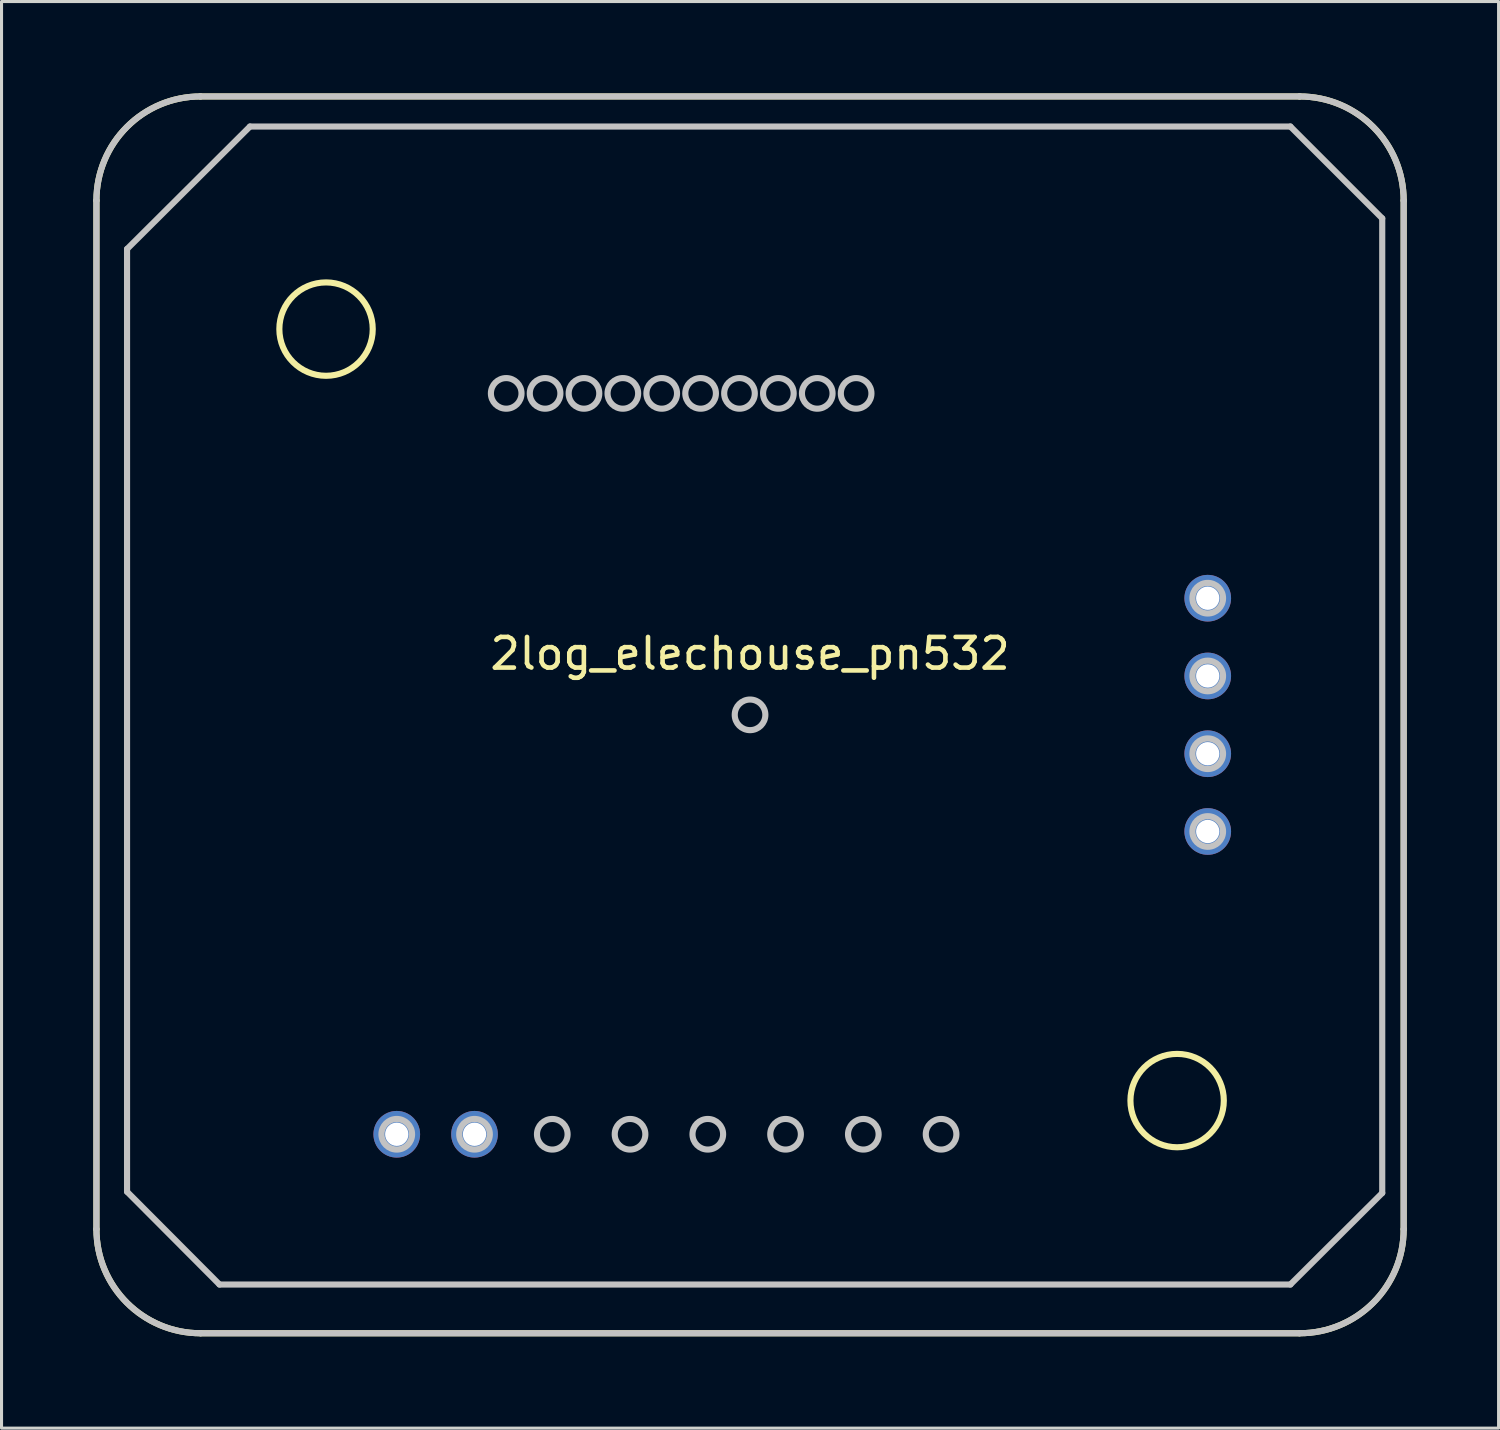
<source format=kicad_pcb>
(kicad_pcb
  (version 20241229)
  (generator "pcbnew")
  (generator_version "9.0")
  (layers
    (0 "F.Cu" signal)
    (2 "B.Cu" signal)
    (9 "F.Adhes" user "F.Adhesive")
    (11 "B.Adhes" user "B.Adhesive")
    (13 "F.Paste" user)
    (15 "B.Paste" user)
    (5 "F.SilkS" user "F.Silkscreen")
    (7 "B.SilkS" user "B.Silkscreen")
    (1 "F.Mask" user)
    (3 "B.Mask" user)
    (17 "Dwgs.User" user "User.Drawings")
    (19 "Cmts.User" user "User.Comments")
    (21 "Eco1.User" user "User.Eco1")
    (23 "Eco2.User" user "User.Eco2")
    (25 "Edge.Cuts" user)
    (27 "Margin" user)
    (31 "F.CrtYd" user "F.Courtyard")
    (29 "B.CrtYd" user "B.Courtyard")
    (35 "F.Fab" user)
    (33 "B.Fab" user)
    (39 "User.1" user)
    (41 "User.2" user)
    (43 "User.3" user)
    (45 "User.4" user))
  (footprint "2log_elechouse_pn532"
    (layer "F.Cu")
    (at 21.45 20.3)
    (property "Reference" "2log_elechouse_pn532" (at 0 -2 0) (unlocked yes) (layer "F.SilkS") (effects (font (size 1 1) (thickness 0.15))))
    (attr through_hole)
    (fp_line (start -21.35 16.8) (end -21.35 -16.8) (stroke (width 0.2) (type solid)) (layer "F.SilkS"))
    (fp_line (start -17.95 -20.2) (end 17.95 -20.2) (stroke (width 0.2) (type solid)) (layer "F.SilkS"))
    (fp_line (start 17.95 20.2) (end -17.95 20.2) (stroke (width 0.2) (type solid)) (layer "F.SilkS"))
    (fp_line (start 21.35 -16.8) (end 21.35 16.8) (stroke (width 0.2) (type solid)) (layer "F.SilkS"))
    (fp_arc (start -21.35 -16.8) (mid -20.354163 -19.204163) (end -17.95 -20.2) (stroke (width 0.2) (type solid)) (layer "F.SilkS"))
    (fp_arc (start -17.95 20.2) (mid -20.354163 19.204163) (end -21.35 16.8) (stroke (width 0.2) (type solid)) (layer "F.SilkS"))
    (fp_arc (start 17.95 -20.2) (mid 20.354163 -19.204163) (end 21.35 -16.8) (stroke (width 0.2) (type solid)) (layer "F.SilkS"))
    (fp_arc (start 21.35 16.8) (mid 20.354163 19.204163) (end 17.95 20.2) (stroke (width 0.2) (type solid)) (layer "F.SilkS"))
    (fp_circle (center -13.85 -12.6) (end -12.325 -12.6) (stroke (width 0.2) (type solid)) (fill no) (layer "F.SilkS"))
    (fp_circle (center 13.95 12.6) (end 15.475 12.6) (stroke (width 0.2) (type solid)) (fill no) (layer "F.SilkS"))
    (fp_line (start -21.35 16.8) (end -21.35 -16.8) (stroke (width 0.2) (type solid)) (layer "Dwgs.User"))
    (fp_line (start -20.35 -15.217) (end -20.35 15.577) (stroke (width 0.2) (type solid)) (layer "Dwgs.User"))
    (fp_line (start -20.35 15.577) (end -17.33 18.608) (stroke (width 0.2) (type solid)) (layer "Dwgs.User"))
    (fp_line (start -17.95 -20.2) (end 17.95 -20.2) (stroke (width 0.2) (type solid)) (layer "Dwgs.User"))
    (fp_line (start -17.33 18.608) (end 17.65 18.608) (stroke (width 0.2) (type solid)) (layer "Dwgs.User"))
    (fp_line (start -16.335 -19.217) (end -20.35 -15.217) (stroke (width 0.2) (type solid)) (layer "Dwgs.User"))
    (fp_line (start 17.65 -19.217) (end -16.335 -19.217) (stroke (width 0.2) (type solid)) (layer "Dwgs.User"))
    (fp_line (start 17.65 18.608) (end 20.65 15.619) (stroke (width 0.2) (type solid)) (layer "Dwgs.User"))
    (fp_line (start 17.95 20.2) (end -17.95 20.2) (stroke (width 0.2) (type solid)) (layer "Dwgs.User"))
    (fp_line (start 20.65 -16.217) (end 17.65 -19.217) (stroke (width 0.2) (type solid)) (layer "Dwgs.User"))
    (fp_line (start 20.65 15.619) (end 20.65 -16.217) (stroke (width 0.2) (type solid)) (layer "Dwgs.User"))
    (fp_line (start 21.35 -16.8) (end 21.35 16.8) (stroke (width 0.2) (type solid)) (layer "Dwgs.User"))
    (fp_arc (start -21.35 -16.8) (mid -20.354163 -19.204163) (end -17.95 -20.2) (stroke (width 0.2) (type solid)) (layer "Dwgs.User"))
    (fp_arc (start -17.95 20.2) (mid -20.354163 19.204163) (end -21.35 16.8) (stroke (width 0.2) (type solid)) (layer "Dwgs.User"))
    (fp_arc (start 17.95 -20.2) (mid 20.354163 -19.204163) (end 21.35 -16.8) (stroke (width 0.2) (type solid)) (layer "Dwgs.User"))
    (fp_arc (start 21.35 16.8) (mid 20.354163 19.204163) (end 17.95 20.2) (stroke (width 0.2) (type solid)) (layer "Dwgs.User"))
    (fp_circle (center -11.54 13.7) (end -11.04 13.7) (stroke (width 0.2) (type solid)) (fill no) (layer "Dwgs.User"))
    (fp_circle (center -9 13.7) (end -8.5 13.7) (stroke (width 0.2) (type solid)) (fill no) (layer "Dwgs.User"))
    (fp_circle (center -7.965 -10.5) (end -7.465 -10.5) (stroke (width 0.2) (type solid)) (fill no) (layer "Dwgs.User"))
    (fp_circle (center -6.695 -10.5) (end -6.195 -10.5) (stroke (width 0.2) (type solid)) (fill no) (layer "Dwgs.User"))
    (fp_circle (center -6.46 13.7) (end -5.96 13.7) (stroke (width 0.2) (type solid)) (fill no) (layer "Dwgs.User"))
    (fp_circle (center -5.425 -10.5) (end -4.925 -10.5) (stroke (width 0.2) (type solid)) (fill no) (layer "Dwgs.User"))
    (fp_circle (center -4.155 -10.5) (end -3.655 -10.5) (stroke (width 0.2) (type solid)) (fill no) (layer "Dwgs.User"))
    (fp_circle (center -3.92 13.7) (end -3.42 13.7) (stroke (width 0.2) (type solid)) (fill no) (layer "Dwgs.User"))
    (fp_circle (center -2.885 -10.5) (end -2.385 -10.5) (stroke (width 0.2) (type solid)) (fill no) (layer "Dwgs.User"))
    (fp_circle (center -1.615 -10.5) (end -1.115 -10.5) (stroke (width 0.2) (type solid)) (fill no) (layer "Dwgs.User"))
    (fp_circle (center -1.38 13.7) (end -0.88 13.7) (stroke (width 0.2) (type solid)) (fill no) (layer "Dwgs.User"))
    (fp_circle (center -0.345 -10.5) (end 0.155 -10.5) (stroke (width 0.2) (type solid)) (fill no) (layer "Dwgs.User"))
    (fp_circle (center 0 0) (end 0.5 0) (stroke (width 0.2) (type solid)) (fill no) (layer "Dwgs.User"))
    (fp_circle (center 0.925 -10.5) (end 1.425 -10.5) (stroke (width 0.2) (type solid)) (fill no) (layer "Dwgs.User"))
    (fp_circle (center 1.16 13.7) (end 1.66 13.7) (stroke (width 0.2) (type solid)) (fill no) (layer "Dwgs.User"))
    (fp_circle (center 2.195 -10.5) (end 2.695 -10.5) (stroke (width 0.2) (type solid)) (fill no) (layer "Dwgs.User"))
    (fp_circle (center 3.465 -10.5) (end 3.965 -10.5) (stroke (width 0.2) (type solid)) (fill no) (layer "Dwgs.User"))
    (fp_circle (center 3.7 13.7) (end 4.2 13.7) (stroke (width 0.2) (type solid)) (fill no) (layer "Dwgs.User"))
    (fp_circle (center 6.24 13.7) (end 6.74 13.7) (stroke (width 0.2) (type solid)) (fill no) (layer "Dwgs.User"))
    (fp_circle (center 14.95 -3.81) (end 15.45 -3.81) (stroke (width 0.2) (type solid)) (fill no) (layer "Dwgs.User"))
    (fp_circle (center 14.95 -1.27) (end 15.45 -1.27) (stroke (width 0.2) (type solid)) (fill no) (layer "Dwgs.User"))
    (fp_circle (center 14.95 1.27) (end 15.45 1.27) (stroke (width 0.2) (type solid)) (fill no) (layer "Dwgs.User"))
    (fp_circle (center 14.95 3.81) (end 15.45 3.81) (stroke (width 0.2) (type solid)) (fill no) (layer "Dwgs.User"))
    (pad "1" thru_hole circle (at 14.95 -3.81) (size 1.524 1.524) (drill 0.762) (layers "*.Cu" "*.Mask"))
    (pad "2" thru_hole circle (at 14.95 -1.27) (size 1.524 1.524) (drill 0.762) (layers "*.Cu" "*.Mask"))
    (pad "3" thru_hole circle (at 14.95 1.27) (size 1.524 1.524) (drill 0.762) (layers "*.Cu" "*.Mask"))
    (pad "4" thru_hole circle (at 14.95 3.81) (size 1.524 1.524) (drill 0.762) (layers "*.Cu" "*.Mask"))
    (pad "5" thru_hole circle (at -9 13.7) (size 1.524 1.524) (drill 0.762) (layers "*.Cu" "*.Mask"))
    (pad "6" thru_hole circle (at -11.54 13.7) (size 1.524 1.524) (drill 0.762) (layers "*.Cu" "*.Mask")))
  (gr_rect
    (start -3 -3)
    (end 45.9 43.6)
    (stroke (width 0.1) (type default))
    (fill no)
    (layer "Edge.Cuts")))
</source>
